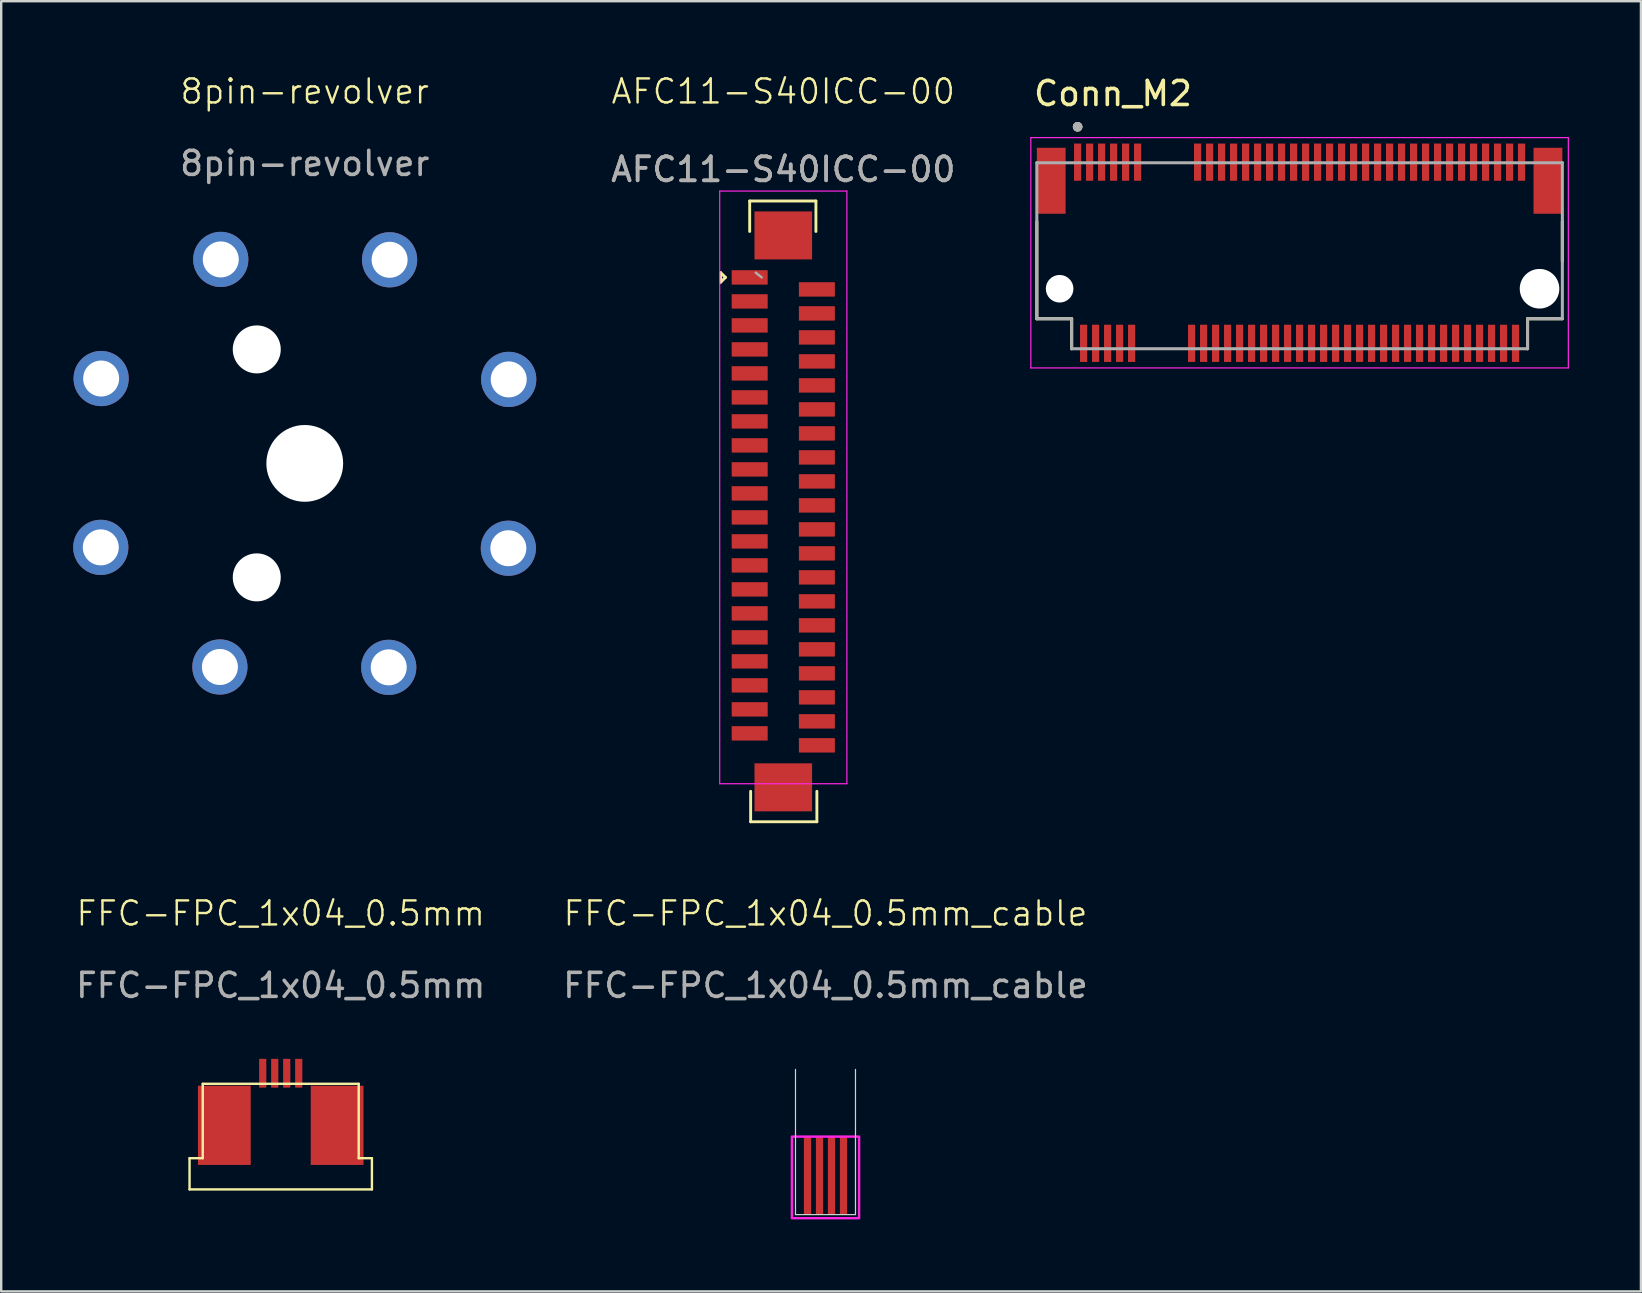
<source format=kicad_pcb>
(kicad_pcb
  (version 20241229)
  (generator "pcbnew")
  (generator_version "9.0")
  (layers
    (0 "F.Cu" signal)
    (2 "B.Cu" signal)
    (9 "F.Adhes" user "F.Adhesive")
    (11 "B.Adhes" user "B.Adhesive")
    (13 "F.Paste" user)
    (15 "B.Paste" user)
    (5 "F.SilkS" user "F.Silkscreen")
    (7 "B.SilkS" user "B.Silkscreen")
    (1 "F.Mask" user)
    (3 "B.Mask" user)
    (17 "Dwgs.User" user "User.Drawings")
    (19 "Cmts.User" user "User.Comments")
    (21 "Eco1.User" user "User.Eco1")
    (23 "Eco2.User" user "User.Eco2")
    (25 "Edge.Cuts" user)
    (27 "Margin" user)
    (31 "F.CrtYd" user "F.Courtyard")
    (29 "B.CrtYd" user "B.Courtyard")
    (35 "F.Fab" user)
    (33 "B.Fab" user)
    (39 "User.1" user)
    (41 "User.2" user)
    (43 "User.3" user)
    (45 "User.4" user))
  (footprint "8pin-revolver"
    (layer "F.Cu")
    (at 9.65 16.261)
    (property "Reference" "8pin-revolver" (at 0 -15.5 0) (unlocked yes) (layer "F.SilkS") (effects (font (size 1 1) (thickness 0.1))))
    (attr through_hole)
    (fp_text user "${REFERENCE}" (at 0 -12.5 0) (unlocked yes) (layer "F.Fab") (effects (font (size 1 1) (thickness 0.15))))
    (pad "" np_thru_hole circle (at -2 -4.75) (size 2 2) (drill 2) (layers "*.Cu" "*.Mask"))
    (pad "" np_thru_hole circle (at -2 4.75) (size 2 2) (drill 2) (layers "*.Cu" "*.Mask"))
    (pad "" np_thru_hole circle (at 0 0) (size 3.2 3.2) (drill 3.2) (layers "*.Cu" "*.Mask"))
    (pad "1" thru_hole circle (at -3.5 -8.5) (size 2.3 2.3) (drill 1.5) (layers "*.Cu" "*.Mask"))
    (pad "2" thru_hole circle (at -8.485 -3.536) (size 2.3 2.3) (drill 1.5) (layers "*.Cu" "*.Mask"))
    (pad "3" thru_hole circle (at -8.5 3.5) (size 2.3 2.3) (drill 1.5) (layers "*.Cu" "*.Mask"))
    (pad "4" thru_hole circle (at -3.536 8.485) (size 2.3 2.3) (drill 1.5) (layers "*.Cu" "*.Mask"))
    (pad "5" thru_hole circle (at 3.5 8.5) (size 2.3 2.3) (drill 1.5) (layers "*.Cu" "*.Mask"))
    (pad "6" thru_hole circle (at 8.485 3.536) (size 2.3 2.3) (drill 1.5) (layers "*.Cu" "*.Mask"))
    (pad "7" thru_hole circle (at 8.5 -3.5) (size 2.3 2.3) (drill 1.5) (layers "*.Cu" "*.Mask"))
    (pad "8" thru_hole circle (at 3.536 -8.485) (size 2.3 2.3) (drill 1.5) (layers "*.Cu" "*.Mask")))
  (footprint "FFC-FPC_1x04_0.5mm"
    (layer "F.Cu")
    (at 8.649 46.516)
    (property "Reference" "FFC-FPC_1x04_0.5mm" (at 0 -11.5 0) (unlocked yes) (layer "F.SilkS") (effects (font (size 1 1) (thickness 0.1))))
    (attr smd)
    (fp_line (start -3.8 -1.3) (end -3.8 0) (stroke (width 0.1) (type default)) (layer "F.SilkS"))
    (fp_line (start -3.8 0) (end 3.8 0) (stroke (width 0.1) (type default)) (layer "F.SilkS"))
    (fp_line (start -3.25 -4.4) (end -3.25 -1.3) (stroke (width 0.1) (type default)) (layer "F.SilkS"))
    (fp_line (start -3.25 -4.4) (end 3.25 -4.4) (stroke (width 0.1) (type default)) (layer "F.SilkS"))
    (fp_line (start -3.25 -1.3) (end -3.8 -1.3) (stroke (width 0.1) (type default)) (layer "F.SilkS"))
    (fp_line (start 3.25 -1.3) (end 3.25 -4.4) (stroke (width 0.1) (type default)) (layer "F.SilkS"))
    (fp_line (start 3.8 -1.3) (end 3.25 -1.3) (stroke (width 0.1) (type default)) (layer "F.SilkS"))
    (fp_line (start 3.8 0) (end 3.8 -1.3) (stroke (width 0.1) (type default)) (layer "F.SilkS"))
    (fp_text user "${REFERENCE}" (at 0 -8.5 0) (unlocked yes) (layer "F.Fab") (effects (font (size 1 1) (thickness 0.15))))
    (pad "0" smd rect (at -2.35 -2.67) (size 2.2 3.3) (layers "F.Cu" "F.Mask" "F.Paste"))
    (pad "0" smd rect (at 2.35 -2.67) (size 2.2 3.3) (layers "F.Cu" "F.Mask" "F.Paste"))
    (pad "1" smd rect (at -0.75 -4.84) (size 0.3 1.2) (layers "F.Cu" "F.Mask" "F.Paste"))
    (pad "2" smd rect (at -0.25 -4.84) (size 0.3 1.2) (layers "F.Cu" "F.Mask" "F.Paste"))
    (pad "3" smd rect (at 0.25 -4.84) (size 0.3 1.2) (layers "F.Cu" "F.Mask" "F.Paste"))
    (pad "4" smd rect (at 0.75 -4.84) (size 0.3 1.2) (layers "F.Cu" "F.Mask" "F.Paste")))
  (footprint "FFC-FPC_1x04_0.5mm_cable"
    (layer "F.Cu")
    (at 31.351 41.516)
    (property "Reference" "FFC-FPC_1x04_0.5mm_cable" (at 0 -6.5 0) (unlocked yes) (layer "F.SilkS") (effects (font (size 1 1) (thickness 0.1))))
    (attr smd)
    (fp_line (start -1.25 0) (end -1.25 6.05) (stroke (width 0.05) (type default)) (layer "Edge.Cuts"))
    (fp_line (start -1.25 6.05) (end 1.25 6.05) (stroke (width 0.05) (type default)) (layer "Edge.Cuts"))
    (fp_line (start 1.25 6.05) (end 1.25 0) (stroke (width 0.05) (type default)) (layer "Edge.Cuts"))
    (fp_rect (start 1.4 6.2) (end -1.4 2.8) (stroke (width 0.1) (type default)) (fill no) (layer "F.CrtYd"))
    (fp_text user "${REFERENCE}" (at 0 -3.5 0) (unlocked yes) (layer "F.Fab") (effects (font (size 1 1) (thickness 0.15))))
    (pad "1" smd rect (at -0.75 4.4) (size 0.3 3.25) (layers "F.Cu" "F.Mask"))
    (pad "2" smd rect (at -0.25 4.4) (size 0.3 3.25) (layers "F.Cu" "F.Mask"))
    (pad "3" smd rect (at 0.25 4.4) (size 0.3 3.25) (layers "F.Cu" "F.Mask"))
    (pad "4" smd rect (at 0.75 4.4) (size 0.3 3.25) (layers "F.Cu" "F.Mask")))
  (footprint "Conn_M2"
    (layer "F.Cu")
    (at 51.108 8.983)
    (property "Reference" "Conn_M2" (at -7.775 -8.135 0) (layer "F.SilkS") (effects (font (size 1 1) (thickness 0.15))))
    (attr smd)
    (fp_line (start -10.95 -2.805) (end -10.95 1.25) (stroke (width 0.127) (type solid)) (layer "F.SilkS"))
    (fp_line (start -10.95 1.25) (end -9.5 1.25) (stroke (width 0.127) (type solid)) (layer "F.SilkS"))
    (fp_line (start -9.5 1.25) (end -9.5 2.5) (stroke (width 0.127) (type solid)) (layer "F.SilkS"))
    (fp_line (start 9.5 1.25) (end 10.95 1.25) (stroke (width 0.127) (type solid)) (layer "F.SilkS"))
    (fp_line (start 9.5 2.5) (end 9.5 1.25) (stroke (width 0.127) (type solid)) (layer "F.SilkS"))
    (fp_line (start 10.95 -2.805) (end 10.95 -1.145) (stroke (width 0.127) (type solid)) (layer "F.SilkS"))
    (fp_circle (center -9.25 -6.75) (end -9.15 -6.75) (stroke (width 0.2) (type solid)) (fill no) (layer "F.SilkS"))
    (fp_line (start -11.2 -6.3) (end 11.2 -6.3) (stroke (width 0.05) (type solid)) (layer "F.CrtYd"))
    (fp_line (start -11.2 3.3) (end -11.2 -6.3) (stroke (width 0.05) (type solid)) (layer "F.CrtYd"))
    (fp_line (start 11.2 -6.3) (end 11.2 3.3) (stroke (width 0.05) (type solid)) (layer "F.CrtYd"))
    (fp_line (start 11.2 3.3) (end -11.2 3.3) (stroke (width 0.05) (type solid)) (layer "F.CrtYd"))
    (fp_line (start -10.95 -5.25) (end 10.95 -5.25) (stroke (width 0.127) (type solid)) (layer "F.Fab"))
    (fp_line (start -10.95 1.25) (end -10.95 -5.25) (stroke (width 0.127) (type solid)) (layer "F.Fab"))
    (fp_line (start -9.5 1.25) (end -10.95 1.25) (stroke (width 0.127) (type solid)) (layer "F.Fab"))
    (fp_line (start -9.5 2.5) (end -9.5 1.25) (stroke (width 0.127) (type solid)) (layer "F.Fab"))
    (fp_line (start 9.5 1.25) (end 9.5 2.5) (stroke (width 0.127) (type solid)) (layer "F.Fab"))
    (fp_line (start 9.5 2.5) (end -9.5 2.5) (stroke (width 0.127) (type solid)) (layer "F.Fab"))
    (fp_line (start 10.95 -5.25) (end 10.95 1.25) (stroke (width 0.127) (type solid)) (layer "F.Fab"))
    (fp_line (start 10.95 1.25) (end 9.5 1.25) (stroke (width 0.127) (type solid)) (layer "F.Fab"))
    (fp_circle (center -9.25 -6.75) (end -9.15 -6.75) (stroke (width 0.2) (type solid)) (fill no) (layer "F.Fab"))
    (fp_circle (center -9.25 -6.75) (end -9.15 -6.75) (stroke (width 0.2) (type solid)) (fill no) (layer "F.Fab"))
    (pad "" np_thru_hole circle (at -10 0) (size 1.15 1.15) (drill 1.15) (layers "*.Cu" "*.Mask"))
    (pad "" np_thru_hole circle (at 10 0) (size 1.65 1.65) (drill 1.65) (layers "*.Cu" "*.Mask"))
    (pad "1" smd rect (at -9.25 -5.275) (size 0.3 1.55) (layers "F.Cu" "F.Mask" "F.Paste"))
    (pad "2" smd rect (at -9 2.275) (size 0.3 1.55) (layers "F.Cu" "F.Mask" "F.Paste"))
    (pad "3" smd rect (at -8.75 -5.275) (size 0.3 1.55) (layers "F.Cu" "F.Mask" "F.Paste"))
    (pad "4" smd rect (at -8.5 2.275) (size 0.3 1.55) (layers "F.Cu" "F.Mask" "F.Paste"))
    (pad "5" smd rect (at -8.25 -5.275) (size 0.3 1.55) (layers "F.Cu" "F.Mask" "F.Paste"))
    (pad "6" smd rect (at -8 2.275) (size 0.3 1.55) (layers "F.Cu" "F.Mask" "F.Paste"))
    (pad "7" smd rect (at -7.75 -5.275) (size 0.3 1.55) (layers "F.Cu" "F.Mask" "F.Paste"))
    (pad "8" smd rect (at -7.5 2.275 180) (size 0.3 1.55) (layers "F.Cu" "F.Mask" "F.Paste"))
    (pad "9" smd rect (at -7.25 -5.275) (size 0.3 1.55) (layers "F.Cu" "F.Mask" "F.Paste"))
    (pad "10" smd rect (at -7 2.275) (size 0.3 1.55) (layers "F.Cu" "F.Mask" "F.Paste"))
    (pad "11" smd rect (at -6.75 -5.275) (size 0.3 1.55) (layers "F.Cu" "F.Mask" "F.Paste"))
    (pad "20" smd rect (at -4.5 2.275) (size 0.3 1.55) (layers "F.Cu" "F.Mask" "F.Paste"))
    (pad "21" smd rect (at -4.25 -5.275) (size 0.3 1.55) (layers "F.Cu" "F.Mask" "F.Paste"))
    (pad "22" smd rect (at -4 2.275) (size 0.3 1.55) (layers "F.Cu" "F.Mask" "F.Paste"))
    (pad "23" smd rect (at -3.75 -5.275) (size 0.3 1.55) (layers "F.Cu" "F.Mask" "F.Paste"))
    (pad "24" smd rect (at -3.5 2.275) (size 0.3 1.55) (layers "F.Cu" "F.Mask" "F.Paste"))
    (pad "25" smd rect (at -3.25 -5.275) (size 0.3 1.55) (layers "F.Cu" "F.Mask" "F.Paste"))
    (pad "26" smd rect (at -3 2.275) (size 0.3 1.55) (layers "F.Cu" "F.Mask" "F.Paste"))
    (pad "27" smd rect (at -2.75 -5.275) (size 0.3 1.55) (layers "F.Cu" "F.Mask" "F.Paste"))
    (pad "28" smd rect (at -2.5 2.275) (size 0.3 1.55) (layers "F.Cu" "F.Mask" "F.Paste"))
    (pad "29" smd rect (at -2.25 -5.275) (size 0.3 1.55) (layers "F.Cu" "F.Mask" "F.Paste"))
    (pad "30" smd rect (at -2 2.275) (size 0.3 1.55) (layers "F.Cu" "F.Mask" "F.Paste"))
    (pad "31" smd rect (at -1.75 -5.275) (size 0.3 1.55) (layers "F.Cu" "F.Mask" "F.Paste"))
    (pad "32" smd rect (at -1.5 2.275) (size 0.3 1.55) (layers "F.Cu" "F.Mask" "F.Paste"))
    (pad "33" smd rect (at -1.25 -5.275) (size 0.3 1.55) (layers "F.Cu" "F.Mask" "F.Paste"))
    (pad "34" smd rect (at -1 2.275) (size 0.3 1.55) (layers "F.Cu" "F.Mask" "F.Paste"))
    (pad "35" smd rect (at -0.75 -5.275) (size 0.3 1.55) (layers "F.Cu" "F.Mask" "F.Paste"))
    (pad "36" smd rect (at -0.5 2.275) (size 0.3 1.55) (layers "F.Cu" "F.Mask" "F.Paste"))
    (pad "37" smd rect (at -0.25 -5.275) (size 0.3 1.55) (layers "F.Cu" "F.Mask" "F.Paste"))
    (pad "38" smd rect (at 0 2.275) (size 0.3 1.55) (layers "F.Cu" "F.Mask" "F.Paste"))
    (pad "39" smd rect (at 0.25 -5.275) (size 0.3 1.55) (layers "F.Cu" "F.Mask" "F.Paste"))
    (pad "40" smd rect (at 0.5 2.275) (size 0.3 1.55) (layers "F.Cu" "F.Mask" "F.Paste"))
    (pad "41" smd rect (at 0.75 -5.275) (size 0.3 1.55) (layers "F.Cu" "F.Mask" "F.Paste"))
    (pad "42" smd rect (at 1 2.275) (size 0.3 1.55) (layers "F.Cu" "F.Mask" "F.Paste"))
    (pad "43" smd rect (at 1.25 -5.275) (size 0.3 1.55) (layers "F.Cu" "F.Mask" "F.Paste"))
    (pad "44" smd rect (at 1.5 2.275) (size 0.3 1.55) (layers "F.Cu" "F.Mask" "F.Paste"))
    (pad "45" smd rect (at 1.75 -5.275) (size 0.3 1.55) (layers "F.Cu" "F.Mask" "F.Paste"))
    (pad "46" smd rect (at 2 2.275) (size 0.3 1.55) (layers "F.Cu" "F.Mask" "F.Paste"))
    (pad "47" smd rect (at 2.25 -5.275) (size 0.3 1.55) (layers "F.Cu" "F.Mask" "F.Paste"))
    (pad "48" smd rect (at 2.5 2.275) (size 0.3 1.55) (layers "F.Cu" "F.Mask" "F.Paste"))
    (pad "49" smd rect (at 2.75 -5.275) (size 0.3 1.55) (layers "F.Cu" "F.Mask" "F.Paste"))
    (pad "50" smd rect (at 3 2.275) (size 0.3 1.55) (layers "F.Cu" "F.Mask" "F.Paste"))
    (pad "51" smd rect (at 3.25 -5.275) (size 0.3 1.55) (layers "F.Cu" "F.Mask" "F.Paste"))
    (pad "52" smd rect (at 3.5 2.275) (size 0.3 1.55) (layers "F.Cu" "F.Mask" "F.Paste"))
    (pad "53" smd rect (at 3.75 -5.275) (size 0.3 1.55) (layers "F.Cu" "F.Mask" "F.Paste"))
    (pad "54" smd rect (at 4 2.275) (size 0.3 1.55) (layers "F.Cu" "F.Mask" "F.Paste"))
    (pad "55" smd rect (at 4.25 -5.275) (size 0.3 1.55) (layers "F.Cu" "F.Mask" "F.Paste"))
    (pad "56" smd rect (at 4.5 2.275) (size 0.3 1.55) (layers "F.Cu" "F.Mask" "F.Paste"))
    (pad "57" smd rect (at 4.75 -5.275) (size 0.3 1.55) (layers "F.Cu" "F.Mask" "F.Paste"))
    (pad "58" smd rect (at 5 2.275) (size 0.3 1.55) (layers "F.Cu" "F.Mask" "F.Paste"))
    (pad "59" smd rect (at 5.25 -5.275) (size 0.3 1.55) (layers "F.Cu" "F.Mask" "F.Paste"))
    (pad "60" smd rect (at 5.5 2.275) (size 0.3 1.55) (layers "F.Cu" "F.Mask" "F.Paste"))
    (pad "61" smd rect (at 5.75 -5.275) (size 0.3 1.55) (layers "F.Cu" "F.Mask" "F.Paste"))
    (pad "62" smd rect (at 6 2.275) (size 0.3 1.55) (layers "F.Cu" "F.Mask" "F.Paste"))
    (pad "63" smd rect (at 6.25 -5.275) (size 0.3 1.55) (layers "F.Cu" "F.Mask" "F.Paste"))
    (pad "64" smd rect (at 6.5 2.275) (size 0.3 1.55) (layers "F.Cu" "F.Mask" "F.Paste"))
    (pad "65" smd rect (at 6.75 -5.275) (size 0.3 1.55) (layers "F.Cu" "F.Mask" "F.Paste"))
    (pad "66" smd rect (at 7 2.275) (size 0.3 1.55) (layers "F.Cu" "F.Mask" "F.Paste"))
    (pad "67" smd rect (at 7.25 -5.275) (size 0.3 1.55) (layers "F.Cu" "F.Mask" "F.Paste"))
    (pad "68" smd rect (at 7.5 2.275) (size 0.3 1.55) (layers "F.Cu" "F.Mask" "F.Paste"))
    (pad "69" smd rect (at 7.75 -5.275) (size 0.3 1.55) (layers "F.Cu" "F.Mask" "F.Paste"))
    (pad "70" smd rect (at 8 2.275) (size 0.3 1.55) (layers "F.Cu" "F.Mask" "F.Paste"))
    (pad "71" smd rect (at 8.25 -5.275) (size 0.3 1.55) (layers "F.Cu" "F.Mask" "F.Paste"))
    (pad "72" smd rect (at 8.5 2.275) (size 0.3 1.55) (layers "F.Cu" "F.Mask" "F.Paste"))
    (pad "73" smd rect (at 8.75 -5.275) (size 0.3 1.55) (layers "F.Cu" "F.Mask" "F.Paste"))
    (pad "74" smd rect (at 9 2.275) (size 0.3 1.55) (layers "F.Cu" "F.Mask" "F.Paste"))
    (pad "75" smd rect (at 9.25 -5.275) (size 0.3 1.55) (layers "F.Cu" "F.Mask" "F.Paste"))
    (pad "S1" smd rect (at -10.35 -4.5) (size 1.2 2.75) (layers "F.Cu" "F.Mask" "F.Paste"))
    (pad "S2" smd rect (at 10.35 -4.5) (size 1.2 2.75) (layers "F.Cu" "F.Mask" "F.Paste")))
  (footprint "AFC11-S40ICC-00"
    (layer "F.Cu")
    (at 29.592 18.011)
    (property "Reference" "AFC11-S40ICC-00" (at 0 -17.25 0) (unlocked yes) (layer "F.SilkS") (effects (font (size 1 1) (thickness 0.1))))
    (attr smd)
    (fp_line (start -2.61 -9.3) (end -2.61 -9.7) (stroke (width 0.12) (type solid)) (layer "F.SilkS"))
    (fp_line (start -2.41 -9.5) (end -2.61 -9.7) (stroke (width 0.12) (type solid)) (layer "F.SilkS"))
    (fp_line (start -2.41 -9.5) (end -2.61 -9.3) (stroke (width 0.12) (type solid)) (layer "F.SilkS"))
    (fp_line (start -1.4 -12.685) (end -1.4 -11.415) (stroke (width 0.12) (type solid)) (layer "F.SilkS"))
    (fp_line (start -1.36 11.915) (end -1.36 13.185) (stroke (width 0.12) (type solid)) (layer "F.SilkS"))
    (fp_line (start -1.36 13.185) (end 1.4 13.185) (stroke (width 0.12) (type solid)) (layer "F.SilkS"))
    (fp_line (start 1.36 -12.685) (end -1.4 -12.685) (stroke (width 0.12) (type solid)) (layer "F.SilkS"))
    (fp_line (start 1.36 -11.415) (end 1.36 -12.685) (stroke (width 0.12) (type solid)) (layer "F.SilkS"))
    (fp_line (start 1.4 13.185) (end 1.4 11.915) (stroke (width 0.12) (type solid)) (layer "F.SilkS"))
    (fp_line (start -2.65 -13.1) (end 2.65 -13.1) (stroke (width 0.05) (type solid)) (layer "F.CrtYd"))
    (fp_line (start -2.65 11.6) (end -2.65 -13.1) (stroke (width 0.05) (type solid)) (layer "F.CrtYd"))
    (fp_line (start 2.65 -13.1) (end 2.65 11.6) (stroke (width 0.05) (type solid)) (layer "F.CrtYd"))
    (fp_line (start 2.65 11.6) (end -2.65 11.6) (stroke (width 0.05) (type solid)) (layer "F.CrtYd"))
    (fp_line (start -1.15 -9.7) (end -0.9 -9.5) (stroke (width 0.1) (type solid)) (layer "F.Fab"))
    (fp_text user "${REFERENCE}" (at 0 -14 0) (unlocked yes) (layer "F.Fab") (effects (font (size 1 1) (thickness 0.15))))
    (fp_text user "${REFERENCE}" (at 0 -14 0) (layer "F.Fab") (effects (font (size 1 1) (thickness 0.15))))
    (pad "0" smd rect (at 0 -11.25 270) (size 2 2.4) (layers "F.Cu" "F.Mask" "F.Paste"))
    (pad "0" smd rect (at 0 11.75 90) (size 2 2.4) (layers "F.Cu" "F.Mask" "F.Paste"))
    (pad "1" smd rect (at -1.4 -9.5 270) (size 0.6 1.5) (layers "F.Cu" "F.Mask" "F.Paste"))
    (pad "2" smd rect (at 1.4 -9 270) (size 0.6 1.5) (layers "F.Cu" "F.Mask" "F.Paste"))
    (pad "3" smd rect (at -1.4 -8.5 270) (size 0.6 1.5) (layers "F.Cu" "F.Mask" "F.Paste"))
    (pad "4" smd rect (at 1.4 -8 270) (size 0.6 1.5) (layers "F.Cu" "F.Mask" "F.Paste"))
    (pad "5" smd rect (at -1.4 -7.5 270) (size 0.6 1.5) (layers "F.Cu" "F.Mask" "F.Paste"))
    (pad "6" smd rect (at 1.4 -7 270) (size 0.6 1.5) (layers "F.Cu" "F.Mask" "F.Paste"))
    (pad "7" smd rect (at -1.4 -6.5 270) (size 0.6 1.5) (layers "F.Cu" "F.Mask" "F.Paste"))
    (pad "8" smd rect (at 1.4 -6 270) (size 0.6 1.5) (layers "F.Cu" "F.Mask" "F.Paste"))
    (pad "9" smd rect (at -1.4 -5.5 270) (size 0.6 1.5) (layers "F.Cu" "F.Mask" "F.Paste"))
    (pad "10" smd rect (at 1.4 -5 270) (size 0.6 1.5) (layers "F.Cu" "F.Mask" "F.Paste"))
    (pad "11" smd rect (at -1.4 -4.5 270) (size 0.6 1.5) (layers "F.Cu" "F.Mask" "F.Paste"))
    (pad "12" smd rect (at 1.4 -4 270) (size 0.6 1.5) (layers "F.Cu" "F.Mask" "F.Paste"))
    (pad "13" smd rect (at -1.4 -3.5 270) (size 0.6 1.5) (layers "F.Cu" "F.Mask" "F.Paste"))
    (pad "14" smd rect (at 1.4 -3 270) (size 0.6 1.5) (layers "F.Cu" "F.Mask" "F.Paste"))
    (pad "15" smd rect (at -1.4 -2.5 270) (size 0.6 1.5) (layers "F.Cu" "F.Mask" "F.Paste"))
    (pad "16" smd rect (at 1.4 -2 270) (size 0.6 1.5) (layers "F.Cu" "F.Mask" "F.Paste"))
    (pad "17" smd rect (at -1.4 -1.5 270) (size 0.6 1.5) (layers "F.Cu" "F.Mask" "F.Paste"))
    (pad "18" smd rect (at 1.4 -1 270) (size 0.6 1.5) (layers "F.Cu" "F.Mask" "F.Paste"))
    (pad "19" smd rect (at -1.4 -0.5 270) (size 0.6 1.5) (layers "F.Cu" "F.Mask" "F.Paste"))
    (pad "20" smd rect (at 1.4 0 270) (size 0.6 1.5) (layers "F.Cu" "F.Mask" "F.Paste"))
    (pad "21" smd rect (at -1.4 0.5 270) (size 0.6 1.5) (layers "F.Cu" "F.Mask" "F.Paste"))
    (pad "22" smd rect (at 1.4 1 270) (size 0.6 1.5) (layers "F.Cu" "F.Mask" "F.Paste"))
    (pad "23" smd rect (at -1.4 1.5 270) (size 0.6 1.5) (layers "F.Cu" "F.Mask" "F.Paste"))
    (pad "24" smd rect (at 1.4 2 270) (size 0.6 1.5) (layers "F.Cu" "F.Mask" "F.Paste"))
    (pad "25" smd rect (at -1.4 2.5 270) (size 0.6 1.5) (layers "F.Cu" "F.Mask" "F.Paste"))
    (pad "26" smd rect (at 1.4 3 270) (size 0.6 1.5) (layers "F.Cu" "F.Mask" "F.Paste"))
    (pad "27" smd rect (at -1.4 3.5 270) (size 0.6 1.5) (layers "F.Cu" "F.Mask" "F.Paste"))
    (pad "28" smd rect (at 1.4 4 270) (size 0.6 1.5) (layers "F.Cu" "F.Mask" "F.Paste"))
    (pad "29" smd rect (at -1.4 4.5 270) (size 0.6 1.5) (layers "F.Cu" "F.Mask" "F.Paste"))
    (pad "30" smd rect (at 1.4 5 270) (size 0.6 1.5) (layers "F.Cu" "F.Mask" "F.Paste"))
    (pad "31" smd rect (at -1.4 5.5 270) (size 0.6 1.5) (layers "F.Cu" "F.Mask" "F.Paste"))
    (pad "32" smd rect (at 1.4 6 270) (size 0.6 1.5) (layers "F.Cu" "F.Mask" "F.Paste"))
    (pad "33" smd rect (at -1.4 6.5 270) (size 0.6 1.5) (layers "F.Cu" "F.Mask" "F.Paste"))
    (pad "34" smd rect (at 1.4 7 270) (size 0.6 1.5) (layers "F.Cu" "F.Mask" "F.Paste"))
    (pad "35" smd rect (at -1.4 7.5 270) (size 0.6 1.5) (layers "F.Cu" "F.Mask" "F.Paste"))
    (pad "36" smd rect (at 1.4 8 270) (size 0.6 1.5) (layers "F.Cu" "F.Mask" "F.Paste"))
    (pad "37" smd rect (at -1.4 8.5 270) (size 0.6 1.5) (layers "F.Cu" "F.Mask" "F.Paste"))
    (pad "38" smd rect (at 1.4 9 270) (size 0.6 1.5) (layers "F.Cu" "F.Mask" "F.Paste"))
    (pad "39" smd rect (at -1.4 9.5 270) (size 0.6 1.5) (layers "F.Cu" "F.Mask" "F.Paste"))
    (pad "40" smd rect (at 1.4 10 270) (size 0.6 1.5) (layers "F.Cu" "F.Mask" "F.Paste")))
  (gr_rect
    (start -3 -3)
    (end 65.333 50.766)
    (stroke (width 0.1) (type default))
    (fill no)
    (layer "Edge.Cuts")))
</source>
